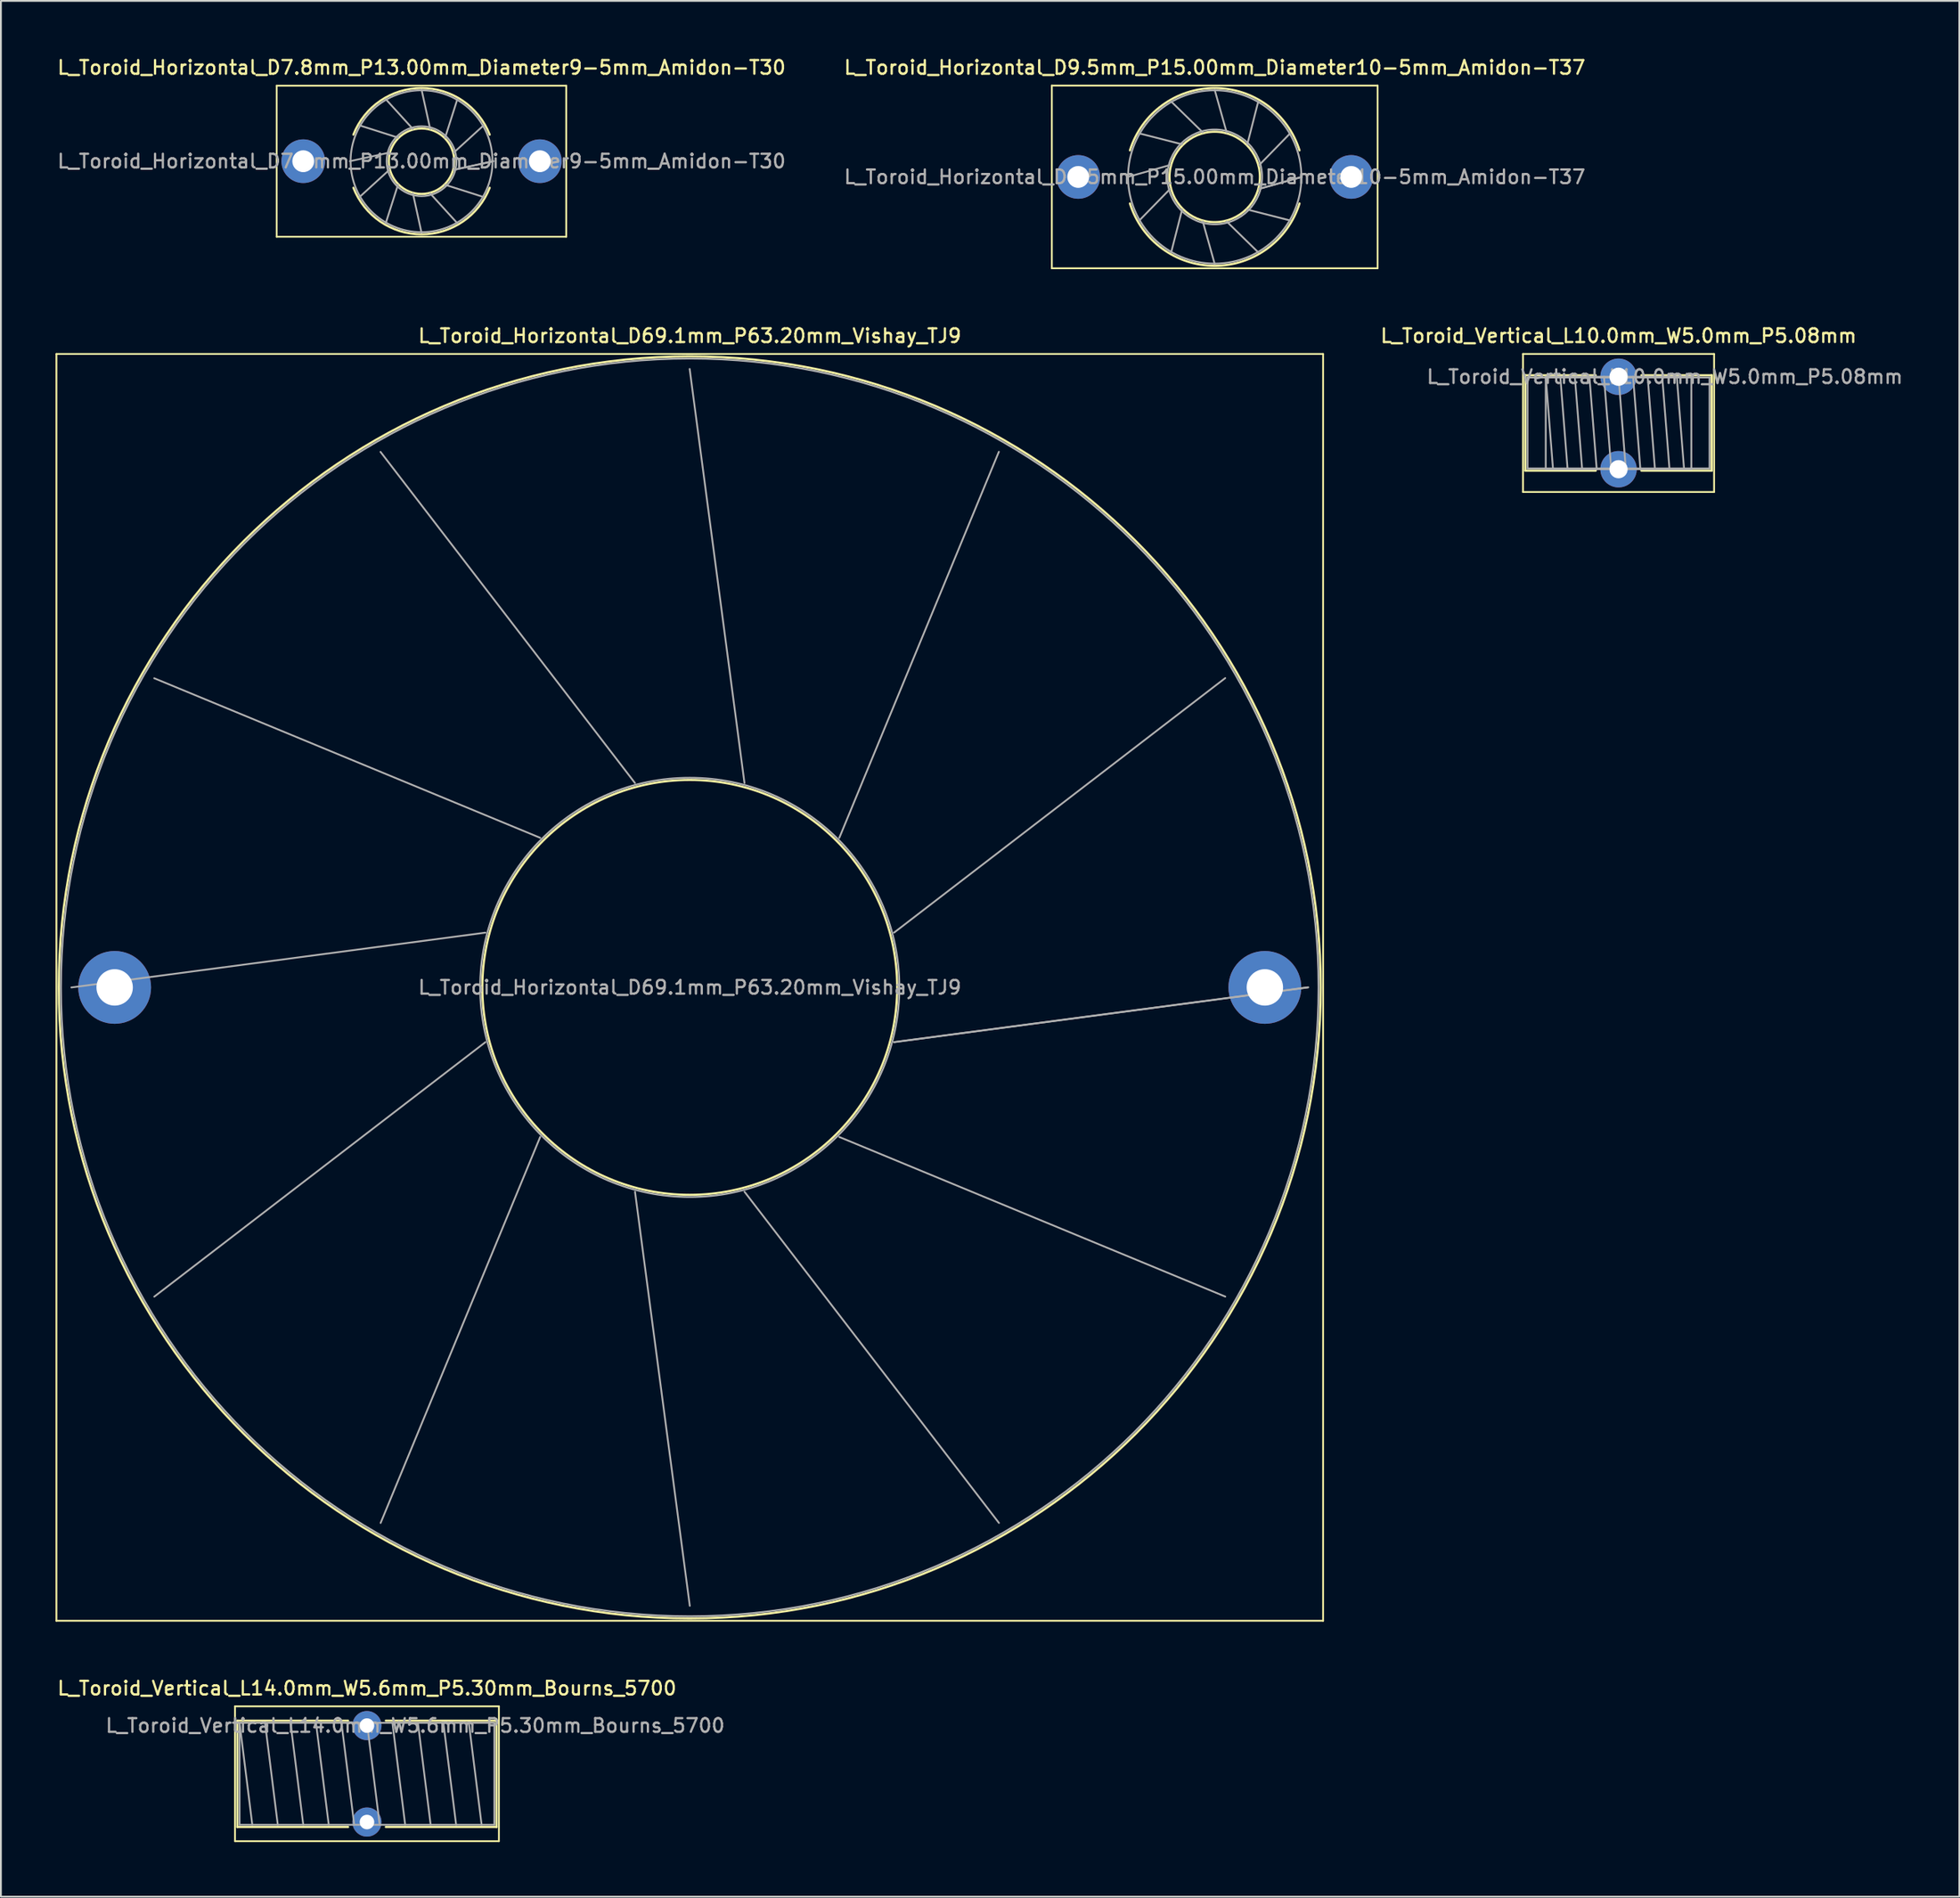
<source format=kicad_pcb>
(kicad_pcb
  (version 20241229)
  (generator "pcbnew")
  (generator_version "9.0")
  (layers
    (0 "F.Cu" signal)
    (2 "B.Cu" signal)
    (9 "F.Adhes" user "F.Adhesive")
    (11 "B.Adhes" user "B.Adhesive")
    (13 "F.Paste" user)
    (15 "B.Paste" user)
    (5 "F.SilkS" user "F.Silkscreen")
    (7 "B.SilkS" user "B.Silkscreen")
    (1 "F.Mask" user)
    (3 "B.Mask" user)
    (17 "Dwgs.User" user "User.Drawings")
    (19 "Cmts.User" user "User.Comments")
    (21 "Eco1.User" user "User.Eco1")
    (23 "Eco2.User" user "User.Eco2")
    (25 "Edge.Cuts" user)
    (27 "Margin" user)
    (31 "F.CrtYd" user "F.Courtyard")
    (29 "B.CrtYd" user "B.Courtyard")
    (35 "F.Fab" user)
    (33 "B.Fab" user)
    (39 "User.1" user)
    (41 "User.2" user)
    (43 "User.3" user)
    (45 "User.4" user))
  (footprint "L_Toroid_Horizontal_D69.1mm_P63.20mm_Vishay_TJ9"
    (layer "F.Cu")
    (at 3.25 51.199)
    (property "Reference" "L_Toroid_Horizontal_D69.1mm_P63.20mm_Vishay_TJ9" (at 31.6 -35.8 0) (layer "F.SilkS") (effects (font (size 0.75 0.75) (thickness 0.125))))
    (attr through_hole)
    (fp_line (start -3.2 -34.8) (end -3.2 34.8) (stroke (width 0.1) (type solid)) (layer "F.SilkS"))
    (fp_line (start -3.2 34.8) (end 66.4 34.8) (stroke (width 0.1) (type solid)) (layer "F.SilkS"))
    (fp_line (start 66.4 -34.8) (end -3.2 -34.8) (stroke (width 0.1) (type solid)) (layer "F.SilkS"))
    (fp_line (start 66.4 34.8) (end 66.4 -34.8) (stroke (width 0.1) (type solid)) (layer "F.SilkS"))
    (fp_circle (center 31.6 0) (end 42.997 0) (stroke (width 0.12) (type solid)) (fill no) (layer "F.SilkS"))
    (fp_circle (center 31.6 0) (end 66.27 0) (stroke (width 0.12) (type solid)) (fill no) (layer "F.SilkS"))
    (fp_line (start -2.377 0.003) (end 20.371 -3.008) (stroke (width 0.1) (type solid)) (layer "F.Fab"))
    (fp_line (start 2.174 -16.985) (end 23.379 -8.219) (stroke (width 0.1) (type solid)) (layer "F.Fab"))
    (fp_line (start 2.177 16.991) (end 20.372 3.01) (stroke (width 0.1) (type solid)) (layer "F.Fab"))
    (fp_line (start 14.608 -29.422) (end 28.59 -11.228) (stroke (width 0.1) (type solid)) (layer "F.Fab"))
    (fp_line (start 14.614 29.426) (end 23.381 8.22) (stroke (width 0.1) (type solid)) (layer "F.Fab"))
    (fp_line (start 31.595 -33.977) (end 34.607 -11.229) (stroke (width 0.1) (type solid)) (layer "F.Fab"))
    (fp_line (start 31.602 33.977) (end 28.592 11.229) (stroke (width 0.1) (type solid)) (layer "F.Fab"))
    (fp_line (start 48.584 -29.427) (end 39.819 -8.221) (stroke (width 0.1) (type solid)) (layer "F.Fab"))
    (fp_line (start 48.589 29.424) (end 34.609 11.228) (stroke (width 0.1) (type solid)) (layer "F.Fab"))
    (fp_line (start 61.022 -16.993) (end 42.828 -3.011) (stroke (width 0.1) (type solid)) (layer "F.Fab"))
    (fp_line (start 61.025 16.988) (end 39.82 8.22) (stroke (width 0.1) (type solid)) (layer "F.Fab"))
    (fp_line (start 65.577 -0.006) (end 42.829 3.006) (stroke (width 0.1) (type solid)) (layer "F.Fab"))
    (fp_line (start 65.577 0) (end 42.829 3.009) (stroke (width 0.1) (type solid)) (layer "F.Fab"))
    (fp_circle (center 31.6 0) (end 43.117 0) (stroke (width 0.1) (type solid)) (fill no) (layer "F.Fab"))
    (fp_circle (center 31.6 0) (end 66.15 0) (stroke (width 0.1) (type solid)) (fill no) (layer "F.Fab"))
    (fp_text user "${REFERENCE}" (at 31.6 0 0) (layer "F.Fab") (effects (font (size 0.75 0.75) (thickness 0.125))))
    (pad "1" thru_hole circle (at 0 0) (size 4 4) (drill 2) (layers "*.Cu" "*.Mask"))
    (pad "2" thru_hole circle (at 63.2 0) (size 4 4) (drill 2) (layers "*.Cu" "*.Mask")))
  (footprint "L_Toroid_Vertical_L14.0mm_W5.6mm_P5.30mm_Bourns_5700"
    (layer "F.Cu")
    (at 17.113 91.757)
    (property "Reference" "L_Toroid_Vertical_L14.0mm_W5.6mm_P5.30mm_Bourns_5700" (at 0 -2.05 0) (layer "F.SilkS") (effects (font (size 0.75 0.75) (thickness 0.125))))
    (attr through_hole)
    (fp_line (start -7.25 -1.06) (end -7.25 6.35) (stroke (width 0.1) (type solid)) (layer "F.SilkS"))
    (fp_line (start -7.25 6.35) (end 7.25 6.35) (stroke (width 0.1) (type solid)) (layer "F.SilkS"))
    (fp_line (start -7.12 -0.27) (end -7.12 5.57) (stroke (width 0.12) (type solid)) (layer "F.SilkS"))
    (fp_line (start -7.12 -0.27) (end -1.037 -0.27) (stroke (width 0.12) (type solid)) (layer "F.SilkS"))
    (fp_line (start -7.12 5.57) (end -1.037 5.57) (stroke (width 0.12) (type solid)) (layer "F.SilkS"))
    (fp_line (start 1.037 -0.27) (end 7.12 -0.27) (stroke (width 0.12) (type solid)) (layer "F.SilkS"))
    (fp_line (start 1.037 5.57) (end 7.12 5.57) (stroke (width 0.12) (type solid)) (layer "F.SilkS"))
    (fp_line (start 7.12 -0.27) (end 7.12 5.57) (stroke (width 0.12) (type solid)) (layer "F.SilkS"))
    (fp_line (start 7.25 -1.06) (end -7.25 -1.06) (stroke (width 0.1) (type solid)) (layer "F.SilkS"))
    (fp_line (start 7.25 6.35) (end 7.25 -1.06) (stroke (width 0.1) (type solid)) (layer "F.SilkS"))
    (fp_line (start -7 -0.15) (end -7 5.45) (stroke (width 0.1) (type solid)) (layer "F.Fab"))
    (fp_line (start -7 -0.15) (end -6.3 5.45) (stroke (width 0.1) (type solid)) (layer "F.Fab"))
    (fp_line (start -7 5.45) (end 7 5.45) (stroke (width 0.1) (type solid)) (layer "F.Fab"))
    (fp_line (start -5.6 -0.15) (end -4.9 5.45) (stroke (width 0.1) (type solid)) (layer "F.Fab"))
    (fp_line (start -4.2 -0.15) (end -3.5 5.45) (stroke (width 0.1) (type solid)) (layer "F.Fab"))
    (fp_line (start -2.8 -0.15) (end -2.1 5.45) (stroke (width 0.1) (type solid)) (layer "F.Fab"))
    (fp_line (start -1.4 -0.15) (end -0.7 5.45) (stroke (width 0.1) (type solid)) (layer "F.Fab"))
    (fp_line (start 0 -0.15) (end 0.7 5.45) (stroke (width 0.1) (type solid)) (layer "F.Fab"))
    (fp_line (start 1.4 -0.15) (end 2.1 5.45) (stroke (width 0.1) (type solid)) (layer "F.Fab"))
    (fp_line (start 2.8 -0.15) (end 3.5 5.45) (stroke (width 0.1) (type solid)) (layer "F.Fab"))
    (fp_line (start 4.2 -0.15) (end 4.9 5.45) (stroke (width 0.1) (type solid)) (layer "F.Fab"))
    (fp_line (start 5.6 -0.15) (end 6.3 5.45) (stroke (width 0.1) (type solid)) (layer "F.Fab"))
    (fp_line (start 7 -0.15) (end -7 -0.15) (stroke (width 0.1) (type solid)) (layer "F.Fab"))
    (fp_line (start 7 5.45) (end 7 -0.15) (stroke (width 0.1) (type solid)) (layer "F.Fab"))
    (fp_text user "${REFERENCE}" (at 2.65 0 0) (layer "F.Fab") (effects (font (size 0.75 0.75) (thickness 0.125))))
    (pad "1" thru_hole circle (at 0 0) (size 1.6 1.6) (drill 0.8) (layers "*.Cu" "*.Mask"))
    (pad "2" thru_hole circle (at 0 5.3) (size 1.6 1.6) (drill 0.8) (layers "*.Cu" "*.Mask")))
  (footprint "L_Toroid_Vertical_L10.0mm_W5.0mm_P5.08mm"
    (layer "F.Cu")
    (at 85.884 17.649)
    (property "Reference" "L_Toroid_Vertical_L10.0mm_W5.0mm_P5.08mm" (at 0 -2.25 0) (layer "F.SilkS") (effects (font (size 0.75 0.75) (thickness 0.125))))
    (attr through_hole)
    (fp_line (start -5.25 -1.25) (end -5.25 6.33) (stroke (width 0.1) (type solid)) (layer "F.SilkS"))
    (fp_line (start -5.25 6.33) (end 5.25 6.33) (stroke (width 0.1) (type solid)) (layer "F.SilkS"))
    (fp_line (start -5.12 -0.08) (end -5.12 5.16) (stroke (width 0.12) (type solid)) (layer "F.SilkS"))
    (fp_line (start -5.12 -0.08) (end -1.255 -0.08) (stroke (width 0.12) (type solid)) (layer "F.SilkS"))
    (fp_line (start -5.12 5.16) (end -1.255 5.16) (stroke (width 0.12) (type solid)) (layer "F.SilkS"))
    (fp_line (start 1.255 -0.08) (end 5.12 -0.08) (stroke (width 0.12) (type solid)) (layer "F.SilkS"))
    (fp_line (start 1.255 5.16) (end 5.12 5.16) (stroke (width 0.12) (type solid)) (layer "F.SilkS"))
    (fp_line (start 5.12 -0.08) (end 5.12 5.16) (stroke (width 0.12) (type solid)) (layer "F.SilkS"))
    (fp_line (start 5.25 -1.25) (end -5.25 -1.25) (stroke (width 0.1) (type solid)) (layer "F.SilkS"))
    (fp_line (start 5.25 6.33) (end 5.25 -1.25) (stroke (width 0.1) (type solid)) (layer "F.SilkS"))
    (fp_line (start -5 0.04) (end -5 5.04) (stroke (width 0.1) (type solid)) (layer "F.Fab"))
    (fp_line (start -5 5.04) (end 5 5.04) (stroke (width 0.1) (type solid)) (layer "F.Fab"))
    (fp_line (start -4 0) (end -4 5.08) (stroke (width 0.1) (type solid)) (layer "F.Fab"))
    (fp_line (start -4 0) (end -3.6 5.08) (stroke (width 0.1) (type solid)) (layer "F.Fab"))
    (fp_line (start -4 5.08) (end 4 5.08) (stroke (width 0.1) (type solid)) (layer "F.Fab"))
    (fp_line (start -3.2 0) (end -2.8 5.08) (stroke (width 0.1) (type solid)) (layer "F.Fab"))
    (fp_line (start -2.4 0) (end -2 5.08) (stroke (width 0.1) (type solid)) (layer "F.Fab"))
    (fp_line (start -1.6 0) (end -1.2 5.08) (stroke (width 0.1) (type solid)) (layer "F.Fab"))
    (fp_line (start -0.8 0) (end -0.4 5.08) (stroke (width 0.1) (type solid)) (layer "F.Fab"))
    (fp_line (start 0 0) (end 0.4 5.08) (stroke (width 0.1) (type solid)) (layer "F.Fab"))
    (fp_line (start 0.8 0) (end 1.2 5.08) (stroke (width 0.1) (type solid)) (layer "F.Fab"))
    (fp_line (start 1.6 0) (end 2 5.08) (stroke (width 0.1) (type solid)) (layer "F.Fab"))
    (fp_line (start 2.4 0) (end 2.8 5.08) (stroke (width 0.1) (type solid)) (layer "F.Fab"))
    (fp_line (start 3.2 0) (end 3.6 5.08) (stroke (width 0.1) (type solid)) (layer "F.Fab"))
    (fp_line (start 4 0) (end -4 0) (stroke (width 0.1) (type solid)) (layer "F.Fab"))
    (fp_line (start 4 5.08) (end 4 0) (stroke (width 0.1) (type solid)) (layer "F.Fab"))
    (fp_line (start 5 0.04) (end -5 0.04) (stroke (width 0.1) (type solid)) (layer "F.Fab"))
    (fp_line (start 5 5.04) (end 5 0.04) (stroke (width 0.1) (type solid)) (layer "F.Fab"))
    (fp_text user "${REFERENCE}" (at 2.54 0 0) (layer "F.Fab") (effects (font (size 0.75 0.75) (thickness 0.125))))
    (pad "1" thru_hole circle (at 0 0) (size 2 2) (drill 1) (layers "*.Cu" "*.Mask"))
    (pad "2" thru_hole circle (at 0 5.08) (size 2 2) (drill 1) (layers "*.Cu" "*.Mask")))
  (footprint "L_Toroid_Horizontal_D7.8mm_P13.00mm_Diameter9-5mm_Amidon-T30"
    (layer "F.Cu")
    (at 13.613 5.807)
    (property "Reference" "L_Toroid_Horizontal_D7.8mm_P13.00mm_Diameter9-5mm_Amidon-T30" (at 6.5 -5.149 0) (layer "F.SilkS") (effects (font (size 0.75 0.75) (thickness 0.125))))
    (attr through_hole)
    (fp_line (start -1.46 -4.15) (end -1.46 4.15) (stroke (width 0.1) (type solid)) (layer "F.SilkS"))
    (fp_line (start -1.46 4.15) (end 14.45 4.15) (stroke (width 0.1) (type solid)) (layer "F.SilkS"))
    (fp_line (start 14.45 -4.15) (end -1.46 -4.15) (stroke (width 0.1) (type solid)) (layer "F.SilkS"))
    (fp_line (start 14.45 4.15) (end 14.45 -4.15) (stroke (width 0.1) (type solid)) (layer "F.SilkS"))
    (fp_arc (start 2.755677 -1.46) (mid 6.5 -4.0189) (end 10.244323 -1.46) (stroke (width 0.12) (type solid)) (layer "F.SilkS"))
    (fp_arc (start 10.244323 1.46) (mid 6.5 4.0189) (end 2.755677 1.46) (stroke (width 0.12) (type solid)) (layer "F.SilkS"))
    (fp_circle (center 6.5 0) (end 8.298 0) (stroke (width 0.12) (type solid)) (fill no) (layer "F.SilkS"))
    (fp_line (start 2.561 0.000365) (end 4.729 -0.474) (stroke (width 0.1) (type solid)) (layer "F.Fab"))
    (fp_line (start 3.089 -1.969) (end 5.203 -1.296) (stroke (width 0.1) (type solid)) (layer "F.Fab"))
    (fp_line (start 3.089 1.97) (end 4.729 0.475) (stroke (width 0.1) (type solid)) (layer "F.Fab"))
    (fp_line (start 4.53 -3.411) (end 6.025 -1.771) (stroke (width 0.1) (type solid)) (layer "F.Fab"))
    (fp_line (start 4.531 3.411) (end 5.204 1.297) (stroke (width 0.1) (type solid)) (layer "F.Fab"))
    (fp_line (start 6.499 -3.939) (end 6.974 -1.771) (stroke (width 0.1) (type solid)) (layer "F.Fab"))
    (fp_line (start 6.5 3.939) (end 6.026 1.771) (stroke (width 0.1) (type solid)) (layer "F.Fab"))
    (fp_line (start 8.469 -3.411) (end 7.796 -1.297) (stroke (width 0.1) (type solid)) (layer "F.Fab"))
    (fp_line (start 8.469 3.411) (end 6.975 1.771) (stroke (width 0.1) (type solid)) (layer "F.Fab"))
    (fp_line (start 9.911 -1.97) (end 8.271 -0.475) (stroke (width 0.1) (type solid)) (layer "F.Fab"))
    (fp_line (start 9.911 1.969) (end 7.797 1.297) (stroke (width 0.1) (type solid)) (layer "F.Fab"))
    (fp_line (start 10.439 -0.001) (end 8.271 0.474) (stroke (width 0.1) (type solid)) (layer "F.Fab"))
    (fp_line (start 10.439 0) (end 8.271 0.475) (stroke (width 0.1) (type solid)) (layer "F.Fab"))
    (fp_circle (center 6.5 0) (end 8.418 0) (stroke (width 0.1) (type solid)) (fill no) (layer "F.Fab"))
    (fp_circle (center 6.5 0) (end 10.399 0) (stroke (width 0.1) (type solid)) (fill no) (layer "F.Fab"))
    (fp_text user "${REFERENCE}" (at 6.5 0 0) (layer "F.Fab") (effects (font (size 0.75 0.75) (thickness 0.125))))
    (pad "1" thru_hole circle (at 0 0) (size 2.4 2.4) (drill 1.2) (layers "*.Cu" "*.Mask"))
    (pad "2" thru_hole circle (at 13 0) (size 2.4 2.4) (drill 1.2) (layers "*.Cu" "*.Mask")))
  (footprint "L_Toroid_Horizontal_D9.5mm_P15.00mm_Diameter10-5mm_Amidon-T37"
    (layer "F.Cu")
    (at 56.195 6.671)
    (property "Reference" "L_Toroid_Horizontal_D9.5mm_P15.00mm_Diameter10-5mm_Amidon-T37" (at 7.5 -6.013 0) (layer "F.SilkS") (effects (font (size 0.75 0.75) (thickness 0.125))))
    (attr through_hole)
    (fp_line (start -1.45 -5.02) (end -1.45 5.02) (stroke (width 0.1) (type solid)) (layer "F.SilkS"))
    (fp_line (start -1.45 5.02) (end 16.45 5.02) (stroke (width 0.1) (type solid)) (layer "F.SilkS"))
    (fp_line (start 16.45 -5.02) (end -1.45 -5.02) (stroke (width 0.1) (type solid)) (layer "F.SilkS"))
    (fp_line (start 16.45 5.02) (end 16.45 -5.02) (stroke (width 0.1) (type solid)) (layer "F.SilkS"))
    (fp_arc (start 2.840901 -1.46) (mid 7.5 -4.8825) (end 12.159099 -1.46) (stroke (width 0.12) (type solid)) (layer "F.SilkS"))
    (fp_arc (start 12.159099 1.46) (mid 7.5 4.8825) (end 2.840901 1.46) (stroke (width 0.12) (type solid)) (layer "F.SilkS"))
    (fp_circle (center 7.5 0) (end 9.983 0) (stroke (width 0.12) (type solid)) (fill no) (layer "F.SilkS"))
    (fp_line (start 2.715 0.000443) (end 5.053 -0.655) (stroke (width 0.1) (type solid)) (layer "F.Fab"))
    (fp_line (start 3.356 -2.392) (end 5.709 -1.791) (stroke (width 0.1) (type solid)) (layer "F.Fab"))
    (fp_line (start 3.356 2.393) (end 5.053 0.656) (stroke (width 0.1) (type solid)) (layer "F.Fab"))
    (fp_line (start 5.107 -4.144) (end 6.844 -2.447) (stroke (width 0.1) (type solid)) (layer "F.Fab"))
    (fp_line (start 5.108 4.144) (end 5.709 1.791) (stroke (width 0.1) (type solid)) (layer "F.Fab"))
    (fp_line (start 7.499 -4.785) (end 8.155 -2.447) (stroke (width 0.1) (type solid)) (layer "F.Fab"))
    (fp_line (start 7.5 4.785) (end 6.845 2.447) (stroke (width 0.1) (type solid)) (layer "F.Fab"))
    (fp_line (start 9.892 -4.144) (end 9.291 -1.792) (stroke (width 0.1) (type solid)) (layer "F.Fab"))
    (fp_line (start 9.893 4.144) (end 8.156 2.447) (stroke (width 0.1) (type solid)) (layer "F.Fab"))
    (fp_line (start 11.643 -2.393) (end 9.947 -0.656) (stroke (width 0.1) (type solid)) (layer "F.Fab"))
    (fp_line (start 11.644 2.392) (end 9.291 1.791) (stroke (width 0.1) (type solid)) (layer "F.Fab"))
    (fp_line (start 12.285 -0.001) (end 9.947 0.655) (stroke (width 0.1) (type solid)) (layer "F.Fab"))
    (fp_line (start 12.285 0) (end 9.947 0.656) (stroke (width 0.1) (type solid)) (layer "F.Fab"))
    (fp_circle (center 7.5 0) (end 10.104 0) (stroke (width 0.1) (type solid)) (fill no) (layer "F.Fab"))
    (fp_circle (center 7.5 0) (end 12.262 0) (stroke (width 0.1) (type solid)) (fill no) (layer "F.Fab"))
    (fp_text user "${REFERENCE}" (at 7.5 0 0) (layer "F.Fab") (effects (font (size 0.75 0.75) (thickness 0.125))))
    (pad "1" thru_hole circle (at 0 0) (size 2.4 2.4) (drill 1.2) (layers "*.Cu" "*.Mask"))
    (pad "2" thru_hole circle (at 15 0) (size 2.4 2.4) (drill 1.2) (layers "*.Cu" "*.Mask")))
  (gr_rect
    (start -3 -3)
    (end 104.608 101.157)
    (stroke (width 0.1) (type default))
    (fill no)
    (layer "Edge.Cuts")))
</source>
